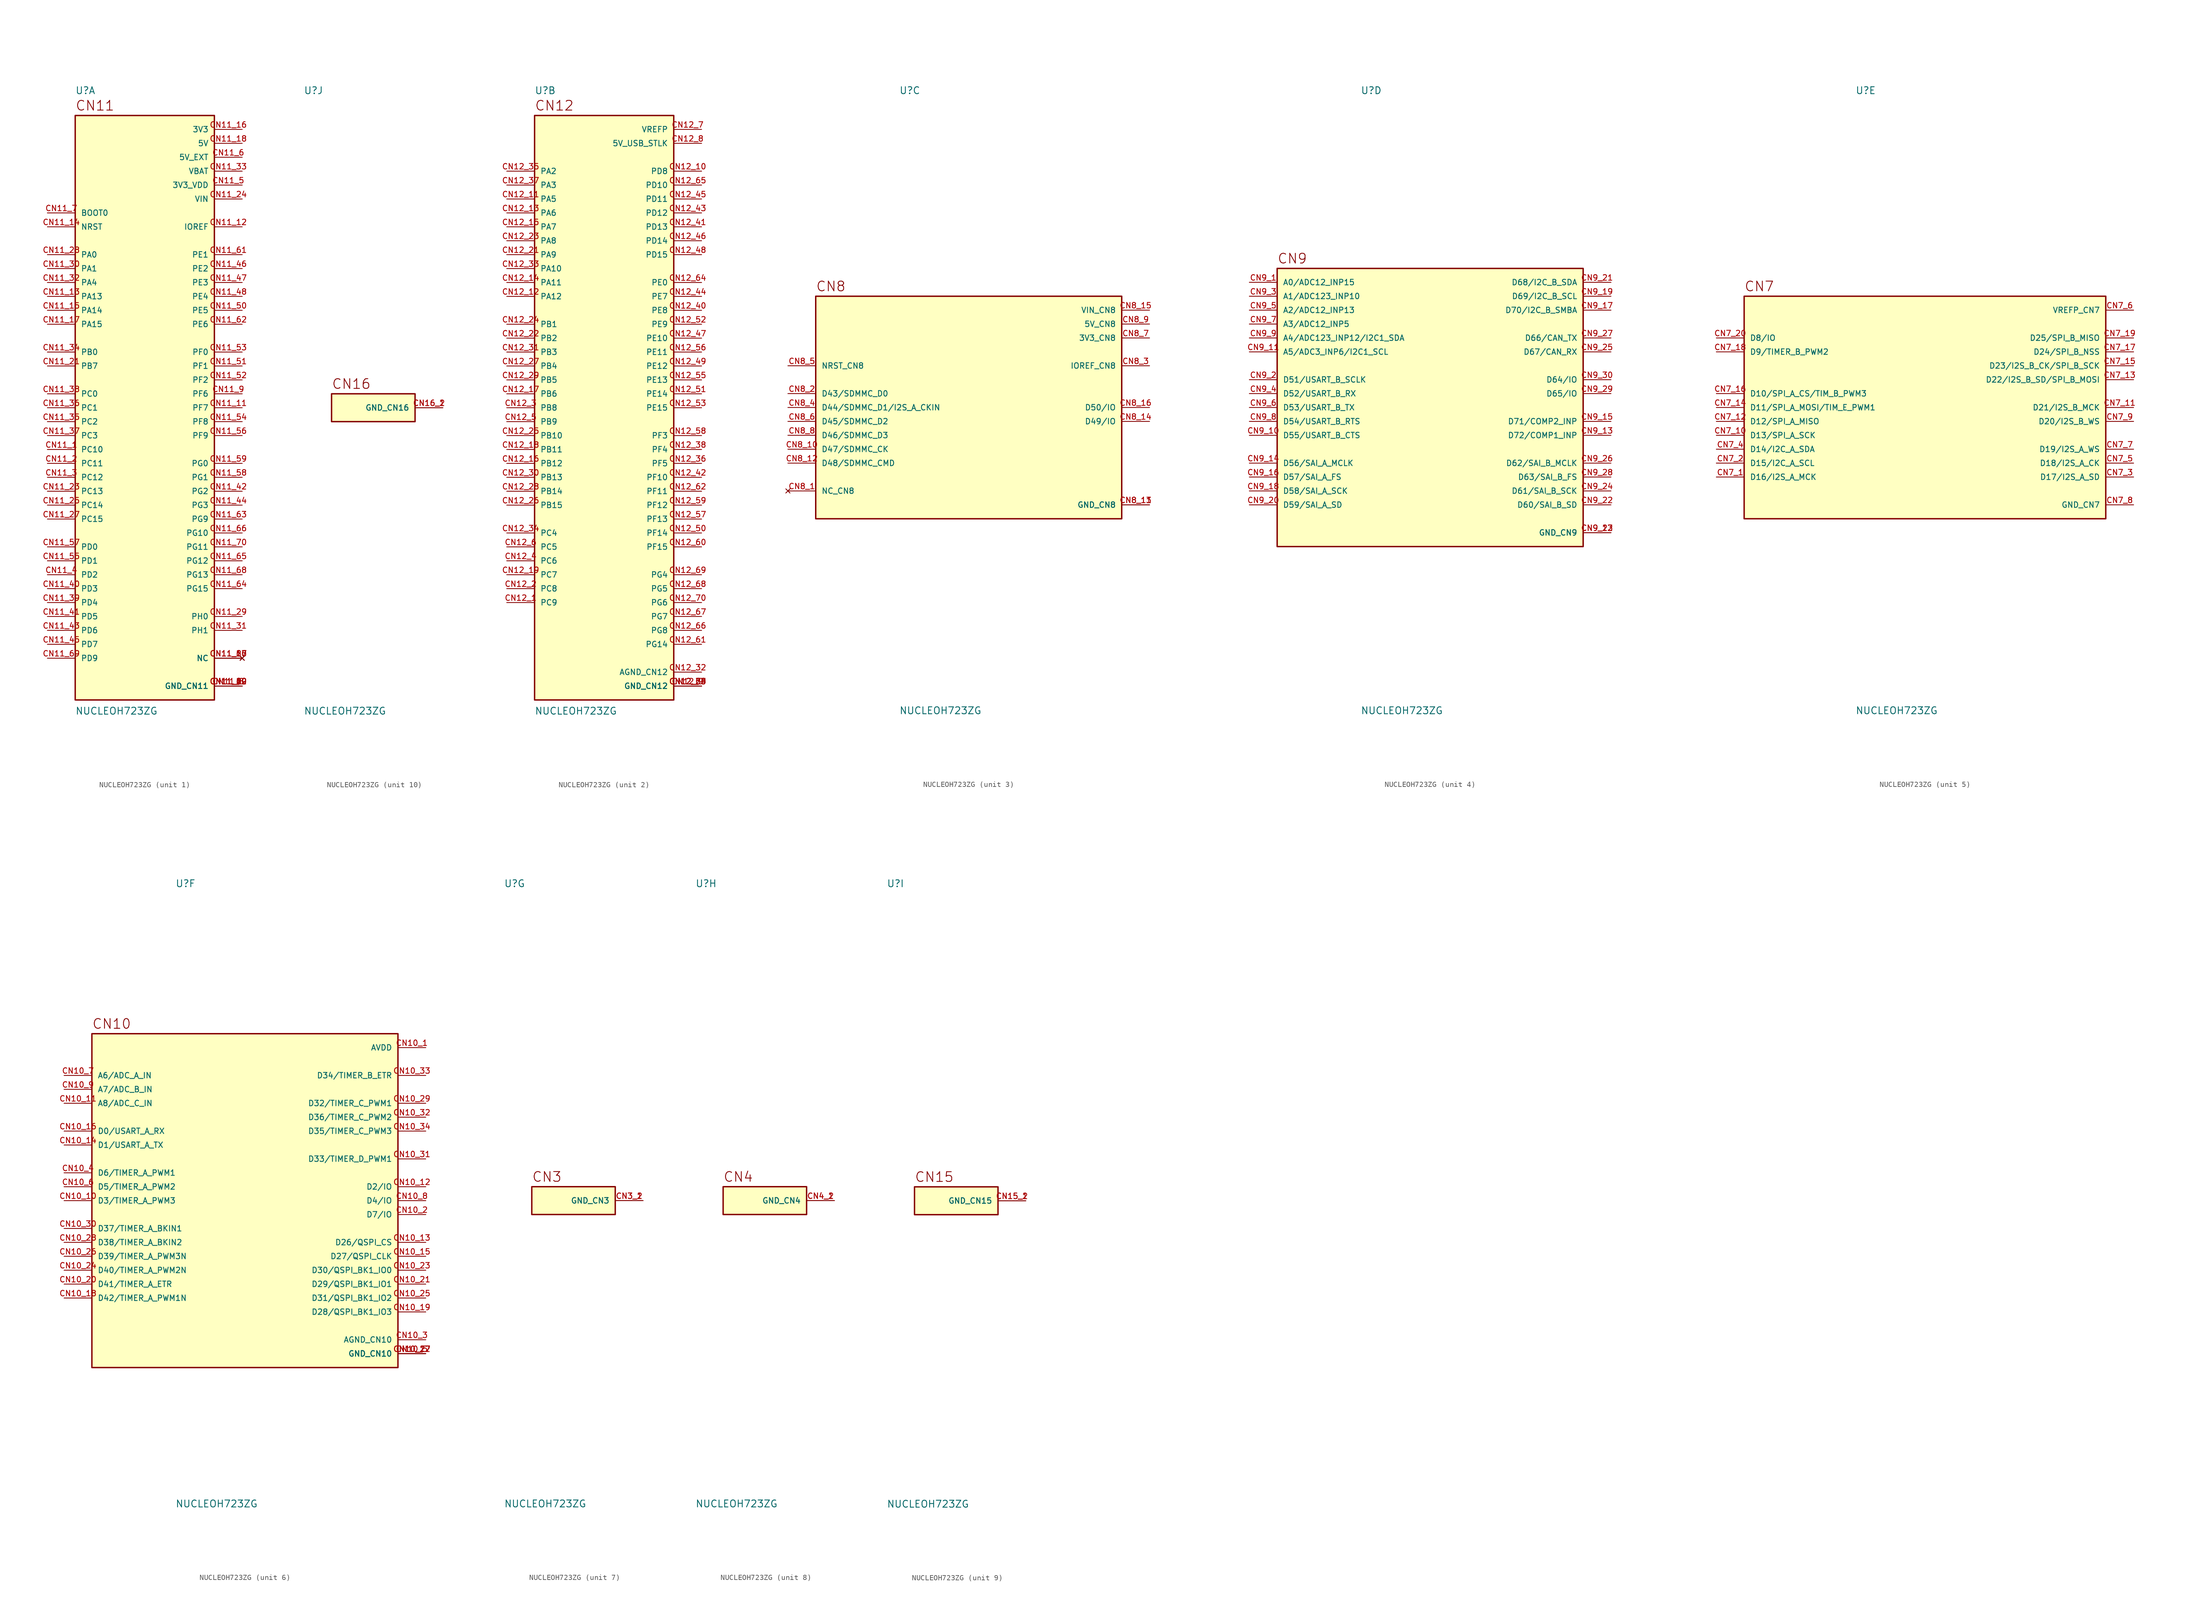
<source format=kicad_sym>
(kicad_symbol_lib
  (version 20211014)
  (generator kicad_symbol_editor)
  (symbol "NUCLEOH723ZG"
    (pin_names
      (offset 1.016))
    (property "Reference" "U"
      (at -12.7 57.15 0)
      (effects (font (size 1.27 1.27)) (justify bottom left)))
    (property "Value" "NUCLEOH723ZG"
      (at -12.7 -54.61 0.0)
      (effects (font (size 1.27 1.27)) (justify top left)))
    (symbol "NUCLEOH723ZG_1_0"
      (text "CN11" (at -12.7 54.102 0) (effects (font (size 1.778 1.778)) (justify bottom left)))
      (rectangle (start -12.7 -53.34) (end 12.7 53.34) (stroke (width 0.254)) (fill (type background)))
      (pin bidirectional line (at -17.78 -7.62 0) (length 5.08) (name "PC10" (effects (font (size 1.016 1.016)))) (number "CN11_1" (effects (font (size 1.016 1.016)))))
      (pin bidirectional line (at -17.78 -10.16 0) (length 5.08) (name "PC11" (effects (font (size 1.016 1.016)))) (number "CN11_2" (effects (font (size 1.016 1.016)))))
      (pin bidirectional line (at -17.78 -12.7 0) (length 5.08) (name "PC12" (effects (font (size 1.016 1.016)))) (number "CN11_3" (effects (font (size 1.016 1.016)))))
      (pin bidirectional line (at -17.78 -30.48 0) (length 5.08) (name "PD2" (effects (font (size 1.016 1.016)))) (number "CN11_4" (effects (font (size 1.016 1.016)))))
      (pin power_in line (at 17.78 40.64 180.0) (length 5.08) (name "3V3_VDD" (effects (font (size 1.016 1.016)))) (number "CN11_5" (effects (font (size 1.016 1.016)))))
      (pin power_in line (at 17.78 45.72 180.0) (length 5.08) (name "5V_EXT" (effects (font (size 1.016 1.016)))) (number "CN11_6" (effects (font (size 1.016 1.016)))))
      (pin input line (at -17.78 35.56 0) (length 5.08) (name "BOOT0" (effects (font (size 1.016 1.016)))) (number "CN11_7" (effects (font (size 1.016 1.016)))))
      (pin power_in line (at 17.78 -50.8 180.0) (length 5.08) (name "GND_CN11" (effects (font (size 1.016 1.016)))) (number "CN11_8" (effects (font (size 1.016 1.016)))))
      (pin power_in line (at 17.78 -50.8 180.0) (length 5.08) (name "GND_CN11" (effects (font (size 1.016 1.016)))) (number "CN11_19" (effects (font (size 1.016 1.016)))))
      (pin power_in line (at 17.78 -50.8 180.0) (length 5.08) (name "GND_CN11" (effects (font (size 1.016 1.016)))) (number "CN11_20" (effects (font (size 1.016 1.016)))))
      (pin power_in line (at 17.78 -50.8 180.0) (length 5.08) (name "GND_CN11" (effects (font (size 1.016 1.016)))) (number "CN11_22" (effects (font (size 1.016 1.016)))))
      (pin power_in line (at 17.78 -50.8 180.0) (length 5.08) (name "GND_CN11" (effects (font (size 1.016 1.016)))) (number "CN11_49" (effects (font (size 1.016 1.016)))))
      (pin power_in line (at 17.78 -50.8 180.0) (length 5.08) (name "GND_CN11" (effects (font (size 1.016 1.016)))) (number "CN11_60" (effects (font (size 1.016 1.016)))))
      (pin bidirectional line (at 17.78 2.54 180.0) (length 5.08) (name "PF6" (effects (font (size 1.016 1.016)))) (number "CN11_9" (effects (font (size 1.016 1.016)))))
      (pin bidirectional line (at 17.78 0.0 180.0) (length 5.08) (name "PF7" (effects (font (size 1.016 1.016)))) (number "CN11_11" (effects (font (size 1.016 1.016)))))
      (pin bidirectional line (at 17.78 33.02 180.0) (length 5.08) (name "IOREF" (effects (font (size 1.016 1.016)))) (number "CN11_12" (effects (font (size 1.016 1.016)))))
      (pin bidirectional line (at -17.78 20.32 0) (length 5.08) (name "PA13" (effects (font (size 1.016 1.016)))) (number "CN11_13" (effects (font (size 1.016 1.016)))))
      (pin input line (at -17.78 33.02 0) (length 5.08) (name "NRST" (effects (font (size 1.016 1.016)))) (number "CN11_14" (effects (font (size 1.016 1.016)))))
      (pin bidirectional line (at -17.78 17.78 0) (length 5.08) (name "PA14" (effects (font (size 1.016 1.016)))) (number "CN11_15" (effects (font (size 1.016 1.016)))))
      (pin power_in line (at 17.78 50.8 180.0) (length 5.08) (name "3V3" (effects (font (size 1.016 1.016)))) (number "CN11_16" (effects (font (size 1.016 1.016)))))
      (pin bidirectional line (at -17.78 15.24 0) (length 5.08) (name "PA15" (effects (font (size 1.016 1.016)))) (number "CN11_17" (effects (font (size 1.016 1.016)))))
      (pin power_in line (at 17.78 48.26 180.0) (length 5.08) (name "5V" (effects (font (size 1.016 1.016)))) (number "CN11_18" (effects (font (size 1.016 1.016)))))
      (pin bidirectional line (at -17.78 7.62 0) (length 5.08) (name "PB7" (effects (font (size 1.016 1.016)))) (number "CN11_21" (effects (font (size 1.016 1.016)))))
      (pin bidirectional line (at -17.78 -15.24 0) (length 5.08) (name "PC13" (effects (font (size 1.016 1.016)))) (number "CN11_23" (effects (font (size 1.016 1.016)))))
      (pin power_in line (at 17.78 38.1 180.0) (length 5.08) (name "VIN" (effects (font (size 1.016 1.016)))) (number "CN11_24" (effects (font (size 1.016 1.016)))))
      (pin bidirectional line (at -17.78 -17.78 0) (length 5.08) (name "PC14" (effects (font (size 1.016 1.016)))) (number "CN11_25" (effects (font (size 1.016 1.016)))))
      (pin bidirectional line (at -17.78 -20.32 0) (length 5.08) (name "PC15" (effects (font (size 1.016 1.016)))) (number "CN11_27" (effects (font (size 1.016 1.016)))))
      (pin bidirectional line (at -17.78 27.94 0) (length 5.08) (name "PA0" (effects (font (size 1.016 1.016)))) (number "CN11_28" (effects (font (size 1.016 1.016)))))
      (pin bidirectional line (at 17.78 -38.1 180.0) (length 5.08) (name "PH0" (effects (font (size 1.016 1.016)))) (number "CN11_29" (effects (font (size 1.016 1.016)))))
      (pin bidirectional line (at -17.78 25.4 0) (length 5.08) (name "PA1" (effects (font (size 1.016 1.016)))) (number "CN11_30" (effects (font (size 1.016 1.016)))))
      (pin bidirectional line (at 17.78 -40.64 180.0) (length 5.08) (name "PH1" (effects (font (size 1.016 1.016)))) (number "CN11_31" (effects (font (size 1.016 1.016)))))
      (pin bidirectional line (at -17.78 22.86 0) (length 5.08) (name "PA4" (effects (font (size 1.016 1.016)))) (number "CN11_32" (effects (font (size 1.016 1.016)))))
      (pin power_in line (at 17.78 43.18 180.0) (length 5.08) (name "VBAT" (effects (font (size 1.016 1.016)))) (number "CN11_33" (effects (font (size 1.016 1.016)))))
      (pin bidirectional line (at -17.78 10.16 0) (length 5.08) (name "PB0" (effects (font (size 1.016 1.016)))) (number "CN11_34" (effects (font (size 1.016 1.016)))))
      (pin bidirectional line (at -17.78 -2.54 0) (length 5.08) (name "PC2" (effects (font (size 1.016 1.016)))) (number "CN11_35" (effects (font (size 1.016 1.016)))))
      (pin bidirectional line (at -17.78 0.0 0) (length 5.08) (name "PC1" (effects (font (size 1.016 1.016)))) (number "CN11_36" (effects (font (size 1.016 1.016)))))
      (pin bidirectional line (at -17.78 -5.08 0) (length 5.08) (name "PC3" (effects (font (size 1.016 1.016)))) (number "CN11_37" (effects (font (size 1.016 1.016)))))
      (pin bidirectional line (at -17.78 2.54 0) (length 5.08) (name "PC0" (effects (font (size 1.016 1.016)))) (number "CN11_38" (effects (font (size 1.016 1.016)))))
      (pin bidirectional line (at -17.78 -35.56 0) (length 5.08) (name "PD4" (effects (font (size 1.016 1.016)))) (number "CN11_39" (effects (font (size 1.016 1.016)))))
      (pin bidirectional line (at -17.78 -33.02 0) (length 5.08) (name "PD3" (effects (font (size 1.016 1.016)))) (number "CN11_40" (effects (font (size 1.016 1.016)))))
      (pin bidirectional line (at -17.78 -38.1 0) (length 5.08) (name "PD5" (effects (font (size 1.016 1.016)))) (number "CN11_41" (effects (font (size 1.016 1.016)))))
      (pin bidirectional line (at 17.78 -15.24 180.0) (length 5.08) (name "PG2" (effects (font (size 1.016 1.016)))) (number "CN11_42" (effects (font (size 1.016 1.016)))))
      (pin bidirectional line (at -17.78 -40.64 0) (length 5.08) (name "PD6" (effects (font (size 1.016 1.016)))) (number "CN11_43" (effects (font (size 1.016 1.016)))))
      (pin bidirectional line (at 17.78 -17.78 180.0) (length 5.08) (name "PG3" (effects (font (size 1.016 1.016)))) (number "CN11_44" (effects (font (size 1.016 1.016)))))
      (pin bidirectional line (at -17.78 -43.18 0) (length 5.08) (name "PD7" (effects (font (size 1.016 1.016)))) (number "CN11_45" (effects (font (size 1.016 1.016)))))
      (pin bidirectional line (at 17.78 25.4 180.0) (length 5.08) (name "PE2" (effects (font (size 1.016 1.016)))) (number "CN11_46" (effects (font (size 1.016 1.016)))))
      (pin bidirectional line (at 17.78 22.86 180.0) (length 5.08) (name "PE3" (effects (font (size 1.016 1.016)))) (number "CN11_47" (effects (font (size 1.016 1.016)))))
      (pin bidirectional line (at 17.78 20.32 180.0) (length 5.08) (name "PE4" (effects (font (size 1.016 1.016)))) (number "CN11_48" (effects (font (size 1.016 1.016)))))
      (pin bidirectional line (at 17.78 17.78 180.0) (length 5.08) (name "PE5" (effects (font (size 1.016 1.016)))) (number "CN11_50" (effects (font (size 1.016 1.016)))))
      (pin bidirectional line (at 17.78 7.62 180.0) (length 5.08) (name "PF1" (effects (font (size 1.016 1.016)))) (number "CN11_51" (effects (font (size 1.016 1.016)))))
      (pin bidirectional line (at 17.78 5.08 180.0) (length 5.08) (name "PF2" (effects (font (size 1.016 1.016)))) (number "CN11_52" (effects (font (size 1.016 1.016)))))
      (pin bidirectional line (at 17.78 10.16 180.0) (length 5.08) (name "PF0" (effects (font (size 1.016 1.016)))) (number "CN11_53" (effects (font (size 1.016 1.016)))))
      (pin bidirectional line (at 17.78 -2.54 180.0) (length 5.08) (name "PF8" (effects (font (size 1.016 1.016)))) (number "CN11_54" (effects (font (size 1.016 1.016)))))
      (pin bidirectional line (at -17.78 -27.94 0) (length 5.08) (name "PD1" (effects (font (size 1.016 1.016)))) (number "CN11_55" (effects (font (size 1.016 1.016)))))
      (pin bidirectional line (at 17.78 -5.08 180.0) (length 5.08) (name "PF9" (effects (font (size 1.016 1.016)))) (number "CN11_56" (effects (font (size 1.016 1.016)))))
      (pin bidirectional line (at -17.78 -25.4 0) (length 5.08) (name "PD0" (effects (font (size 1.016 1.016)))) (number "CN11_57" (effects (font (size 1.016 1.016)))))
      (pin bidirectional line (at 17.78 -12.7 180.0) (length 5.08) (name "PG1" (effects (font (size 1.016 1.016)))) (number "CN11_58" (effects (font (size 1.016 1.016)))))
      (pin bidirectional line (at 17.78 -10.16 180.0) (length 5.08) (name "PG0" (effects (font (size 1.016 1.016)))) (number "CN11_59" (effects (font (size 1.016 1.016)))))
      (pin bidirectional line (at 17.78 27.94 180.0) (length 5.08) (name "PE1" (effects (font (size 1.016 1.016)))) (number "CN11_61" (effects (font (size 1.016 1.016)))))
      (pin bidirectional line (at 17.78 15.24 180.0) (length 5.08) (name "PE6" (effects (font (size 1.016 1.016)))) (number "CN11_62" (effects (font (size 1.016 1.016)))))
      (pin bidirectional line (at 17.78 -20.32 180.0) (length 5.08) (name "PG9" (effects (font (size 1.016 1.016)))) (number "CN11_63" (effects (font (size 1.016 1.016)))))
      (pin bidirectional line (at 17.78 -33.02 180.0) (length 5.08) (name "PG15" (effects (font (size 1.016 1.016)))) (number "CN11_64" (effects (font (size 1.016 1.016)))))
      (pin bidirectional line (at 17.78 -27.94 180.0) (length 5.08) (name "PG12" (effects (font (size 1.016 1.016)))) (number "CN11_65" (effects (font (size 1.016 1.016)))))
      (pin bidirectional line (at 17.78 -22.86 180.0) (length 5.08) (name "PG10" (effects (font (size 1.016 1.016)))) (number "CN11_66" (effects (font (size 1.016 1.016)))))
      (pin bidirectional line (at 17.78 -30.48 180.0) (length 5.08) (name "PG13" (effects (font (size 1.016 1.016)))) (number "CN11_68" (effects (font (size 1.016 1.016)))))
      (pin bidirectional line (at -17.78 -45.72 0) (length 5.08) (name "PD9" (effects (font (size 1.016 1.016)))) (number "CN11_69" (effects (font (size 1.016 1.016)))))
      (pin bidirectional line (at 17.78 -25.4 180.0) (length 5.08) (name "PG11" (effects (font (size 1.016 1.016)))) (number "CN11_70" (effects (font (size 1.016 1.016)))))
      (pin no_connect line (at 17.78 -45.72 180.0) (length 5.08) (name "NC" (effects (font (size 1.016 1.016)))) (number "CN11_10" (effects (font (size 1.016 1.016)))))
      (pin no_connect line (at 17.78 -45.72 180.0) (length 5.08) (name "NC" (effects (font (size 1.016 1.016)))) (number "CN11_26" (effects (font (size 1.016 1.016)))))
      (pin no_connect line (at 17.78 -45.72 180.0) (length 5.08) (name "NC" (effects (font (size 1.016 1.016)))) (number "CN11_67" (effects (font (size 1.016 1.016))))))
    (symbol "NUCLEOH723ZG_2_0"
      (text "CN12" (at -12.7 54.102 0) (effects (font (size 1.778 1.778)) (justify bottom left)))
      (rectangle (start -12.7 -53.34) (end 12.7 53.34) (stroke (width 0.254)) (fill (type background)))
      (pin bidirectional line (at -17.78 -35.56 0) (length 5.08) (name "PC9" (effects (font (size 1.016 1.016)))) (number "CN12_1" (effects (font (size 1.016 1.016)))))
      (pin bidirectional line (at -17.78 -33.02 0) (length 5.08) (name "PC8" (effects (font (size 1.016 1.016)))) (number "CN12_2" (effects (font (size 1.016 1.016)))))
      (pin bidirectional line (at -17.78 0.0 0) (length 5.08) (name "PB8" (effects (font (size 1.016 1.016)))) (number "CN12_3" (effects (font (size 1.016 1.016)))))
      (pin bidirectional line (at -17.78 -27.94 0) (length 5.08) (name "PC6" (effects (font (size 1.016 1.016)))) (number "CN12_4" (effects (font (size 1.016 1.016)))))
      (pin bidirectional line (at -17.78 -2.54 0) (length 5.08) (name "PB9" (effects (font (size 1.016 1.016)))) (number "CN12_5" (effects (font (size 1.016 1.016)))))
      (pin bidirectional line (at -17.78 -25.4 0) (length 5.08) (name "PC5" (effects (font (size 1.016 1.016)))) (number "CN12_6" (effects (font (size 1.016 1.016)))))
      (pin power_in line (at 17.78 50.8 180.0) (length 5.08) (name "VREFP" (effects (font (size 1.016 1.016)))) (number "CN12_7" (effects (font (size 1.016 1.016)))))
      (pin power_in line (at 17.78 48.26 180.0) (length 5.08) (name "5V_USB_STLK" (effects (font (size 1.016 1.016)))) (number "CN12_8" (effects (font (size 1.016 1.016)))))
      (pin power_in line (at 17.78 -50.8 180.0) (length 5.08) (name "GND_CN12" (effects (font (size 1.016 1.016)))) (number "CN12_9" (effects (font (size 1.016 1.016)))))
      (pin power_in line (at 17.78 -50.8 180.0) (length 5.08) (name "GND_CN12" (effects (font (size 1.016 1.016)))) (number "CN12_20" (effects (font (size 1.016 1.016)))))
      (pin power_in line (at 17.78 -50.8 180.0) (length 5.08) (name "GND_CN12" (effects (font (size 1.016 1.016)))) (number "CN12_39" (effects (font (size 1.016 1.016)))))
      (pin power_in line (at 17.78 -50.8 180.0) (length 5.08) (name "GND_CN12" (effects (font (size 1.016 1.016)))) (number "CN12_54" (effects (font (size 1.016 1.016)))))
      (pin power_in line (at 17.78 -50.8 180.0) (length 5.08) (name "GND_CN12" (effects (font (size 1.016 1.016)))) (number "CN12_63" (effects (font (size 1.016 1.016)))))
      (pin bidirectional line (at 17.78 43.18 180.0) (length 5.08) (name "PD8" (effects (font (size 1.016 1.016)))) (number "CN12_10" (effects (font (size 1.016 1.016)))))
      (pin bidirectional line (at -17.78 38.1 0) (length 5.08) (name "PA5" (effects (font (size 1.016 1.016)))) (number "CN12_11" (effects (font (size 1.016 1.016)))))
      (pin bidirectional line (at -17.78 20.32 0) (length 5.08) (name "PA12" (effects (font (size 1.016 1.016)))) (number "CN12_12" (effects (font (size 1.016 1.016)))))
      (pin bidirectional line (at -17.78 35.56 0) (length 5.08) (name "PA6" (effects (font (size 1.016 1.016)))) (number "CN12_13" (effects (font (size 1.016 1.016)))))
      (pin bidirectional line (at -17.78 22.86 0) (length 5.08) (name "PA11" (effects (font (size 1.016 1.016)))) (number "CN12_14" (effects (font (size 1.016 1.016)))))
      (pin bidirectional line (at -17.78 33.02 0) (length 5.08) (name "PA7" (effects (font (size 1.016 1.016)))) (number "CN12_15" (effects (font (size 1.016 1.016)))))
      (pin bidirectional line (at -17.78 -10.16 0) (length 5.08) (name "PB12" (effects (font (size 1.016 1.016)))) (number "CN12_16" (effects (font (size 1.016 1.016)))))
      (pin bidirectional line (at -17.78 2.54 0) (length 5.08) (name "PB6" (effects (font (size 1.016 1.016)))) (number "CN12_17" (effects (font (size 1.016 1.016)))))
      (pin bidirectional line (at -17.78 -7.62 0) (length 5.08) (name "PB11" (effects (font (size 1.016 1.016)))) (number "CN12_18" (effects (font (size 1.016 1.016)))))
      (pin bidirectional line (at -17.78 -30.48 0) (length 5.08) (name "PC7" (effects (font (size 1.016 1.016)))) (number "CN12_19" (effects (font (size 1.016 1.016)))))
      (pin bidirectional line (at -17.78 27.94 0) (length 5.08) (name "PA9" (effects (font (size 1.016 1.016)))) (number "CN12_21" (effects (font (size 1.016 1.016)))))
      (pin bidirectional line (at -17.78 12.7 0) (length 5.08) (name "PB2" (effects (font (size 1.016 1.016)))) (number "CN12_22" (effects (font (size 1.016 1.016)))))
      (pin bidirectional line (at -17.78 30.48 0) (length 5.08) (name "PA8" (effects (font (size 1.016 1.016)))) (number "CN12_23" (effects (font (size 1.016 1.016)))))
      (pin bidirectional line (at -17.78 15.24 0) (length 5.08) (name "PB1" (effects (font (size 1.016 1.016)))) (number "CN12_24" (effects (font (size 1.016 1.016)))))
      (pin bidirectional line (at -17.78 -5.08 0) (length 5.08) (name "PB10" (effects (font (size 1.016 1.016)))) (number "CN12_25" (effects (font (size 1.016 1.016)))))
      (pin bidirectional line (at -17.78 -17.78 0) (length 5.08) (name "PB15" (effects (font (size 1.016 1.016)))) (number "CN12_26" (effects (font (size 1.016 1.016)))))
      (pin bidirectional line (at -17.78 7.62 0) (length 5.08) (name "PB4" (effects (font (size 1.016 1.016)))) (number "CN12_27" (effects (font (size 1.016 1.016)))))
      (pin bidirectional line (at -17.78 -15.24 0) (length 5.08) (name "PB14" (effects (font (size 1.016 1.016)))) (number "CN12_28" (effects (font (size 1.016 1.016)))))
      (pin bidirectional line (at -17.78 5.08 0) (length 5.08) (name "PB5" (effects (font (size 1.016 1.016)))) (number "CN12_29" (effects (font (size 1.016 1.016)))))
      (pin bidirectional line (at -17.78 -12.7 0) (length 5.08) (name "PB13" (effects (font (size 1.016 1.016)))) (number "CN12_30" (effects (font (size 1.016 1.016)))))
      (pin bidirectional line (at -17.78 10.16 0) (length 5.08) (name "PB3" (effects (font (size 1.016 1.016)))) (number "CN12_31" (effects (font (size 1.016 1.016)))))
      (pin power_in line (at 17.78 -48.26 180.0) (length 5.08) (name "AGND_CN12" (effects (font (size 1.016 1.016)))) (number "CN12_32" (effects (font (size 1.016 1.016)))))
      (pin bidirectional line (at -17.78 25.4 0) (length 5.08) (name "PA10" (effects (font (size 1.016 1.016)))) (number "CN12_33" (effects (font (size 1.016 1.016)))))
      (pin bidirectional line (at -17.78 -22.86 0) (length 5.08) (name "PC4" (effects (font (size 1.016 1.016)))) (number "CN12_34" (effects (font (size 1.016 1.016)))))
      (pin bidirectional line (at -17.78 43.18 0) (length 5.08) (name "PA2" (effects (font (size 1.016 1.016)))) (number "CN12_35" (effects (font (size 1.016 1.016)))))
      (pin bidirectional line (at 17.78 -10.16 180.0) (length 5.08) (name "PF5" (effects (font (size 1.016 1.016)))) (number "CN12_36" (effects (font (size 1.016 1.016)))))
      (pin bidirectional line (at -17.78 40.64 0) (length 5.08) (name "PA3" (effects (font (size 1.016 1.016)))) (number "CN12_37" (effects (font (size 1.016 1.016)))))
      (pin bidirectional line (at 17.78 -7.62 180.0) (length 5.08) (name "PF4" (effects (font (size 1.016 1.016)))) (number "CN12_38" (effects (font (size 1.016 1.016)))))
      (pin bidirectional line (at 17.78 17.78 180.0) (length 5.08) (name "PE8" (effects (font (size 1.016 1.016)))) (number "CN12_40" (effects (font (size 1.016 1.016)))))
      (pin bidirectional line (at 17.78 33.02 180.0) (length 5.08) (name "PD13" (effects (font (size 1.016 1.016)))) (number "CN12_41" (effects (font (size 1.016 1.016)))))
      (pin bidirectional line (at 17.78 -12.7 180.0) (length 5.08) (name "PF10" (effects (font (size 1.016 1.016)))) (number "CN12_42" (effects (font (size 1.016 1.016)))))
      (pin bidirectional line (at 17.78 35.56 180.0) (length 5.08) (name "PD12" (effects (font (size 1.016 1.016)))) (number "CN12_43" (effects (font (size 1.016 1.016)))))
      (pin bidirectional line (at 17.78 20.32 180.0) (length 5.08) (name "PE7" (effects (font (size 1.016 1.016)))) (number "CN12_44" (effects (font (size 1.016 1.016)))))
      (pin bidirectional line (at 17.78 38.1 180.0) (length 5.08) (name "PD11" (effects (font (size 1.016 1.016)))) (number "CN12_45" (effects (font (size 1.016 1.016)))))
      (pin bidirectional line (at 17.78 30.48 180.0) (length 5.08) (name "PD14" (effects (font (size 1.016 1.016)))) (number "CN12_46" (effects (font (size 1.016 1.016)))))
      (pin bidirectional line (at 17.78 12.7 180.0) (length 5.08) (name "PE10" (effects (font (size 1.016 1.016)))) (number "CN12_47" (effects (font (size 1.016 1.016)))))
      (pin bidirectional line (at 17.78 27.94 180.0) (length 5.08) (name "PD15" (effects (font (size 1.016 1.016)))) (number "CN12_48" (effects (font (size 1.016 1.016)))))
      (pin bidirectional line (at 17.78 7.62 180.0) (length 5.08) (name "PE12" (effects (font (size 1.016 1.016)))) (number "CN12_49" (effects (font (size 1.016 1.016)))))
      (pin bidirectional line (at 17.78 -22.86 180.0) (length 5.08) (name "PF14" (effects (font (size 1.016 1.016)))) (number "CN12_50" (effects (font (size 1.016 1.016)))))
      (pin bidirectional line (at 17.78 2.54 180.0) (length 5.08) (name "PE14" (effects (font (size 1.016 1.016)))) (number "CN12_51" (effects (font (size 1.016 1.016)))))
      (pin bidirectional line (at 17.78 15.24 180.0) (length 5.08) (name "PE9" (effects (font (size 1.016 1.016)))) (number "CN12_52" (effects (font (size 1.016 1.016)))))
      (pin bidirectional line (at 17.78 0.0 180.0) (length 5.08) (name "PE15" (effects (font (size 1.016 1.016)))) (number "CN12_53" (effects (font (size 1.016 1.016)))))
      (pin bidirectional line (at 17.78 5.08 180.0) (length 5.08) (name "PE13" (effects (font (size 1.016 1.016)))) (number "CN12_55" (effects (font (size 1.016 1.016)))))
      (pin bidirectional line (at 17.78 10.16 180.0) (length 5.08) (name "PE11" (effects (font (size 1.016 1.016)))) (number "CN12_56" (effects (font (size 1.016 1.016)))))
      (pin bidirectional line (at 17.78 -20.32 180.0) (length 5.08) (name "PF13" (effects (font (size 1.016 1.016)))) (number "CN12_57" (effects (font (size 1.016 1.016)))))
      (pin bidirectional line (at 17.78 -5.08 180.0) (length 5.08) (name "PF3" (effects (font (size 1.016 1.016)))) (number "CN12_58" (effects (font (size 1.016 1.016)))))
      (pin bidirectional line (at 17.78 -17.78 180.0) (length 5.08) (name "PF12" (effects (font (size 1.016 1.016)))) (number "CN12_59" (effects (font (size 1.016 1.016)))))
      (pin bidirectional line (at 17.78 -25.4 180.0) (length 5.08) (name "PF15" (effects (font (size 1.016 1.016)))) (number "CN12_60" (effects (font (size 1.016 1.016)))))
      (pin bidirectional line (at 17.78 -43.18 180.0) (length 5.08) (name "PG14" (effects (font (size 1.016 1.016)))) (number "CN12_61" (effects (font (size 1.016 1.016)))))
      (pin bidirectional line (at 17.78 -15.24 180.0) (length 5.08) (name "PF11" (effects (font (size 1.016 1.016)))) (number "CN12_62" (effects (font (size 1.016 1.016)))))
      (pin bidirectional line (at 17.78 22.86 180.0) (length 5.08) (name "PE0" (effects (font (size 1.016 1.016)))) (number "CN12_64" (effects (font (size 1.016 1.016)))))
      (pin bidirectional line (at 17.78 40.64 180.0) (length 5.08) (name "PD10" (effects (font (size 1.016 1.016)))) (number "CN12_65" (effects (font (size 1.016 1.016)))))
      (pin bidirectional line (at 17.78 -40.64 180.0) (length 5.08) (name "PG8" (effects (font (size 1.016 1.016)))) (number "CN12_66" (effects (font (size 1.016 1.016)))))
      (pin bidirectional line (at 17.78 -38.1 180.0) (length 5.08) (name "PG7" (effects (font (size 1.016 1.016)))) (number "CN12_67" (effects (font (size 1.016 1.016)))))
      (pin bidirectional line (at 17.78 -33.02 180.0) (length 5.08) (name "PG5" (effects (font (size 1.016 1.016)))) (number "CN12_68" (effects (font (size 1.016 1.016)))))
      (pin bidirectional line (at 17.78 -30.48 180.0) (length 5.08) (name "PG4" (effects (font (size 1.016 1.016)))) (number "CN12_69" (effects (font (size 1.016 1.016)))))
      (pin bidirectional line (at 17.78 -35.56 180.0) (length 5.08) (name "PG6" (effects (font (size 1.016 1.016)))) (number "CN12_70" (effects (font (size 1.016 1.016))))))
    (symbol "NUCLEOH723ZG_3_0"
      (text "CN8" (at -27.94 21.082 0) (effects (font (size 1.778 1.778)) (justify bottom left)))
      (rectangle (start -27.94 -20.32) (end 27.94 20.32) (stroke (width 0.254)) (fill (type background)))
      (pin bidirectional line (at -33.02 2.54 0) (length 5.08) (name "D43/SDMMC_D0" (effects (font (size 1.016 1.016)))) (number "CN8_2" (effects (font (size 1.016 1.016)))))
      (pin bidirectional line (at 33.02 7.62 180.0) (length 5.08) (name "IOREF_CN8" (effects (font (size 1.016 1.016)))) (number "CN8_3" (effects (font (size 1.016 1.016)))))
      (pin bidirectional line (at -33.02 0.0 0) (length 5.08) (name "D44/SDMMC_D1/I2S_A_CKIN" (effects (font (size 1.016 1.016)))) (number "CN8_4" (effects (font (size 1.016 1.016)))))
      (pin input line (at -33.02 7.62 0) (length 5.08) (name "NRST_CN8" (effects (font (size 1.016 1.016)))) (number "CN8_5" (effects (font (size 1.016 1.016)))))
      (pin bidirectional line (at -33.02 -2.54 0) (length 5.08) (name "D45/SDMMC_D2" (effects (font (size 1.016 1.016)))) (number "CN8_6" (effects (font (size 1.016 1.016)))))
      (pin power_in line (at 33.02 12.7 180.0) (length 5.08) (name "3V3_CN8" (effects (font (size 1.016 1.016)))) (number "CN8_7" (effects (font (size 1.016 1.016)))))
      (pin bidirectional line (at -33.02 -5.08 0) (length 5.08) (name "D46/SDMMC_D3" (effects (font (size 1.016 1.016)))) (number "CN8_8" (effects (font (size 1.016 1.016)))))
      (pin power_in line (at 33.02 15.24 180.0) (length 5.08) (name "5V_CN8" (effects (font (size 1.016 1.016)))) (number "CN8_9" (effects (font (size 1.016 1.016)))))
      (pin bidirectional line (at -33.02 -7.62 0) (length 5.08) (name "D47/SDMMC_CK" (effects (font (size 1.016 1.016)))) (number "CN8_10" (effects (font (size 1.016 1.016)))))
      (pin power_in line (at 33.02 -17.78 180.0) (length 5.08) (name "GND_CN8" (effects (font (size 1.016 1.016)))) (number "CN8_11" (effects (font (size 1.016 1.016)))))
      (pin power_in line (at 33.02 -17.78 180.0) (length 5.08) (name "GND_CN8" (effects (font (size 1.016 1.016)))) (number "CN8_13" (effects (font (size 1.016 1.016)))))
      (pin bidirectional line (at -33.02 -10.16 0) (length 5.08) (name "D48/SDMMC_CMD" (effects (font (size 1.016 1.016)))) (number "CN8_12" (effects (font (size 1.016 1.016)))))
      (pin bidirectional line (at 33.02 -2.54 180.0) (length 5.08) (name "D49/IO" (effects (font (size 1.016 1.016)))) (number "CN8_14" (effects (font (size 1.016 1.016)))))
      (pin power_in line (at 33.02 17.78 180.0) (length 5.08) (name "VIN_CN8" (effects (font (size 1.016 1.016)))) (number "CN8_15" (effects (font (size 1.016 1.016)))))
      (pin bidirectional line (at 33.02 0.0 180.0) (length 5.08) (name "D50/IO" (effects (font (size 1.016 1.016)))) (number "CN8_16" (effects (font (size 1.016 1.016)))))
      (pin no_connect line (at -33.02 -15.24 0) (length 5.08) (name "NC_CN8" (effects (font (size 1.016 1.016)))) (number "CN8_1" (effects (font (size 1.016 1.016))))))
    (symbol "NUCLEOH723ZG_4_0"
      (text "CN9" (at -27.94 26.162 0) (effects (font (size 1.778 1.778)) (justify bottom left)))
      (rectangle (start -27.94 -25.4) (end 27.94 25.4) (stroke (width 0.254)) (fill (type background)))
      (pin input line (at -33.02 22.86 0) (length 5.08) (name "A0/ADC12_INP15" (effects (font (size 1.016 1.016)))) (number "CN9_1" (effects (font (size 1.016 1.016)))))
      (pin bidirectional line (at -33.02 5.08 0) (length 5.08) (name "D51/USART_B_SCLK" (effects (font (size 1.016 1.016)))) (number "CN9_2" (effects (font (size 1.016 1.016)))))
      (pin input line (at -33.02 20.32 0) (length 5.08) (name "A1/ADC123_INP10" (effects (font (size 1.016 1.016)))) (number "CN9_3" (effects (font (size 1.016 1.016)))))
      (pin bidirectional line (at -33.02 2.54 0) (length 5.08) (name "D52/USART_B_RX" (effects (font (size 1.016 1.016)))) (number "CN9_4" (effects (font (size 1.016 1.016)))))
      (pin input line (at -33.02 17.78 0) (length 5.08) (name "A2/ADC12_INP13" (effects (font (size 1.016 1.016)))) (number "CN9_5" (effects (font (size 1.016 1.016)))))
      (pin bidirectional line (at -33.02 0.0 0) (length 5.08) (name "D53/USART_B_TX" (effects (font (size 1.016 1.016)))) (number "CN9_6" (effects (font (size 1.016 1.016)))))
      (pin input line (at -33.02 15.24 0) (length 5.08) (name "A3/ADC12_INP5" (effects (font (size 1.016 1.016)))) (number "CN9_7" (effects (font (size 1.016 1.016)))))
      (pin bidirectional line (at -33.02 -2.54 0) (length 5.08) (name "D54/USART_B_RTS" (effects (font (size 1.016 1.016)))) (number "CN9_8" (effects (font (size 1.016 1.016)))))
      (pin input line (at -33.02 12.7 0) (length 5.08) (name "A4/ADC123_INP12/I2C1_SDA" (effects (font (size 1.016 1.016)))) (number "CN9_9" (effects (font (size 1.016 1.016)))))
      (pin bidirectional line (at -33.02 -5.08 0) (length 5.08) (name "D55/USART_B_CTS" (effects (font (size 1.016 1.016)))) (number "CN9_10" (effects (font (size 1.016 1.016)))))
      (pin input line (at -33.02 10.16 0) (length 5.08) (name "A5/ADC3_INP6/I2C1_SCL" (effects (font (size 1.016 1.016)))) (number "CN9_11" (effects (font (size 1.016 1.016)))))
      (pin power_in line (at 33.02 -22.86 180.0) (length 5.08) (name "GND_CN9" (effects (font (size 1.016 1.016)))) (number "CN9_12" (effects (font (size 1.016 1.016)))))
      (pin power_in line (at 33.02 -22.86 180.0) (length 5.08) (name "GND_CN9" (effects (font (size 1.016 1.016)))) (number "CN9_23" (effects (font (size 1.016 1.016)))))
      (pin bidirectional line (at 33.02 -5.08 180.0) (length 5.08) (name "D72/COMP1_INP" (effects (font (size 1.016 1.016)))) (number "CN9_13" (effects (font (size 1.016 1.016)))))
      (pin bidirectional line (at -33.02 -10.16 0) (length 5.08) (name "D56/SAI_A_MCLK" (effects (font (size 1.016 1.016)))) (number "CN9_14" (effects (font (size 1.016 1.016)))))
      (pin bidirectional line (at 33.02 -2.54 180.0) (length 5.08) (name "D71/COMP2_INP" (effects (font (size 1.016 1.016)))) (number "CN9_15" (effects (font (size 1.016 1.016)))))
      (pin bidirectional line (at -33.02 -12.7 0) (length 5.08) (name "D57/SAI_A_FS" (effects (font (size 1.016 1.016)))) (number "CN9_16" (effects (font (size 1.016 1.016)))))
      (pin bidirectional line (at 33.02 17.78 180.0) (length 5.08) (name "D70/I2C_B_SMBA" (effects (font (size 1.016 1.016)))) (number "CN9_17" (effects (font (size 1.016 1.016)))))
      (pin bidirectional line (at -33.02 -15.24 0) (length 5.08) (name "D58/SAI_A_SCK" (effects (font (size 1.016 1.016)))) (number "CN9_18" (effects (font (size 1.016 1.016)))))
      (pin bidirectional line (at 33.02 20.32 180.0) (length 5.08) (name "D69/I2C_B_SCL" (effects (font (size 1.016 1.016)))) (number "CN9_19" (effects (font (size 1.016 1.016)))))
      (pin bidirectional line (at -33.02 -17.78 0) (length 5.08) (name "D59/SAI_A_SD" (effects (font (size 1.016 1.016)))) (number "CN9_20" (effects (font (size 1.016 1.016)))))
      (pin bidirectional line (at 33.02 22.86 180.0) (length 5.08) (name "D68/I2C_B_SDA" (effects (font (size 1.016 1.016)))) (number "CN9_21" (effects (font (size 1.016 1.016)))))
      (pin bidirectional line (at 33.02 -17.78 180.0) (length 5.08) (name "D60/SAI_B_SD" (effects (font (size 1.016 1.016)))) (number "CN9_22" (effects (font (size 1.016 1.016)))))
      (pin bidirectional line (at 33.02 -15.24 180.0) (length 5.08) (name "D61/SAI_B_SCK" (effects (font (size 1.016 1.016)))) (number "CN9_24" (effects (font (size 1.016 1.016)))))
      (pin input line (at 33.02 10.16 180.0) (length 5.08) (name "D67/CAN_RX" (effects (font (size 1.016 1.016)))) (number "CN9_25" (effects (font (size 1.016 1.016)))))
      (pin bidirectional line (at 33.02 -10.16 180.0) (length 5.08) (name "D62/SAI_B_MCLK" (effects (font (size 1.016 1.016)))) (number "CN9_26" (effects (font (size 1.016 1.016)))))
      (pin output line (at 33.02 12.7 180.0) (length 5.08) (name "D66/CAN_TX" (effects (font (size 1.016 1.016)))) (number "CN9_27" (effects (font (size 1.016 1.016)))))
      (pin bidirectional line (at 33.02 -12.7 180.0) (length 5.08) (name "D63/SAI_B_FS" (effects (font (size 1.016 1.016)))) (number "CN9_28" (effects (font (size 1.016 1.016)))))
      (pin bidirectional line (at 33.02 2.54 180.0) (length 5.08) (name "D65/IO" (effects (font (size 1.016 1.016)))) (number "CN9_29" (effects (font (size 1.016 1.016)))))
      (pin bidirectional line (at 33.02 5.08 180.0) (length 5.08) (name "D64/IO" (effects (font (size 1.016 1.016)))) (number "CN9_30" (effects (font (size 1.016 1.016))))))
    (symbol "NUCLEOH723ZG_5_0"
      (text "CN7" (at -33.02 21.082 0) (effects (font (size 1.778 1.778)) (justify bottom left)))
      (rectangle (start -33.02 -20.32) (end 33.02 20.32) (stroke (width 0.254)) (fill (type background)))
      (pin bidirectional line (at -38.1 -12.7 0) (length 5.08) (name "D16/I2S_A_MCK" (effects (font (size 1.016 1.016)))) (number "CN7_1" (effects (font (size 1.016 1.016)))))
      (pin bidirectional line (at -38.1 -10.16 0) (length 5.08) (name "D15/I2C_A_SCL" (effects (font (size 1.016 1.016)))) (number "CN7_2" (effects (font (size 1.016 1.016)))))
      (pin bidirectional line (at 38.1 -12.7 180.0) (length 5.08) (name "D17/I2S_A_SD" (effects (font (size 1.016 1.016)))) (number "CN7_3" (effects (font (size 1.016 1.016)))))
      (pin bidirectional line (at -38.1 -7.62 0) (length 5.08) (name "D14/I2C_A_SDA" (effects (font (size 1.016 1.016)))) (number "CN7_4" (effects (font (size 1.016 1.016)))))
      (pin bidirectional line (at 38.1 -10.16 180.0) (length 5.08) (name "D18/I2S_A_CK" (effects (font (size 1.016 1.016)))) (number "CN7_5" (effects (font (size 1.016 1.016)))))
      (pin power_in line (at 38.1 17.78 180.0) (length 5.08) (name "VREFP_CN7" (effects (font (size 1.016 1.016)))) (number "CN7_6" (effects (font (size 1.016 1.016)))))
      (pin bidirectional line (at 38.1 -7.62 180.0) (length 5.08) (name "D19/I2S_A_WS" (effects (font (size 1.016 1.016)))) (number "CN7_7" (effects (font (size 1.016 1.016)))))
      (pin power_in line (at 38.1 -17.78 180.0) (length 5.08) (name "GND_CN7" (effects (font (size 1.016 1.016)))) (number "CN7_8" (effects (font (size 1.016 1.016)))))
      (pin bidirectional line (at 38.1 -2.54 180.0) (length 5.08) (name "D20/I2S_B_WS" (effects (font (size 1.016 1.016)))) (number "CN7_9" (effects (font (size 1.016 1.016)))))
      (pin bidirectional line (at -38.1 -5.08 0) (length 5.08) (name "D13/SPI_A_SCK" (effects (font (size 1.016 1.016)))) (number "CN7_10" (effects (font (size 1.016 1.016)))))
      (pin bidirectional line (at 38.1 0.0 180.0) (length 5.08) (name "D21/I2S_B_MCK" (effects (font (size 1.016 1.016)))) (number "CN7_11" (effects (font (size 1.016 1.016)))))
      (pin bidirectional line (at -38.1 -2.54 0) (length 5.08) (name "D12/SPI_A_MISO" (effects (font (size 1.016 1.016)))) (number "CN7_12" (effects (font (size 1.016 1.016)))))
      (pin bidirectional line (at 38.1 5.08 180.0) (length 5.08) (name "D22/I2S_B_SD/SPI_B_MOSI" (effects (font (size 1.016 1.016)))) (number "CN7_13" (effects (font (size 1.016 1.016)))))
      (pin bidirectional line (at -38.1 0.0 0) (length 5.08) (name "D11/SPI_A_MOSI/TIM_E_PWM1" (effects (font (size 1.016 1.016)))) (number "CN7_14" (effects (font (size 1.016 1.016)))))
      (pin bidirectional line (at 38.1 7.62 180.0) (length 5.08) (name "D23/I2S_B_CK/SPI_B_SCK" (effects (font (size 1.016 1.016)))) (number "CN7_15" (effects (font (size 1.016 1.016)))))
      (pin bidirectional line (at -38.1 2.54 0) (length 5.08) (name "D10/SPI_A_CS/TIM_B_PWM3" (effects (font (size 1.016 1.016)))) (number "CN7_16" (effects (font (size 1.016 1.016)))))
      (pin bidirectional line (at 38.1 10.16 180.0) (length 5.08) (name "D24/SPI_B_NSS" (effects (font (size 1.016 1.016)))) (number "CN7_17" (effects (font (size 1.016 1.016)))))
      (pin bidirectional line (at -38.1 10.16 0) (length 5.08) (name "D9/TIMER_B_PWM2" (effects (font (size 1.016 1.016)))) (number "CN7_18" (effects (font (size 1.016 1.016)))))
      (pin bidirectional line (at 38.1 12.7 180.0) (length 5.08) (name "D25/SPI_B_MISO" (effects (font (size 1.016 1.016)))) (number "CN7_19" (effects (font (size 1.016 1.016)))))
      (pin bidirectional line (at -38.1 12.7 0) (length 5.08) (name "D8/IO" (effects (font (size 1.016 1.016)))) (number "CN7_20" (effects (font (size 1.016 1.016))))))
    (symbol "NUCLEOH723ZG_6_0"
      (text "CN10" (at -27.94 31.242 0) (effects (font (size 1.778 1.778)) (justify bottom left)))
      (rectangle (start -27.94 -30.48) (end 27.94 30.48) (stroke (width 0.254)) (fill (type background)))
      (pin power_in line (at 33.02 27.94 180.0) (length 5.08) (name "AVDD" (effects (font (size 1.016 1.016)))) (number "CN10_1" (effects (font (size 1.016 1.016)))))
      (pin bidirectional line (at 33.02 -2.54 180.0) (length 5.08) (name "D7/IO" (effects (font (size 1.016 1.016)))) (number "CN10_2" (effects (font (size 1.016 1.016)))))
      (pin power_in line (at 33.02 -25.4 180.0) (length 5.08) (name "AGND_CN10" (effects (font (size 1.016 1.016)))) (number "CN10_3" (effects (font (size 1.016 1.016)))))
      (pin bidirectional line (at -33.02 5.08 0) (length 5.08) (name "D6/TIMER_A_PWM1" (effects (font (size 1.016 1.016)))) (number "CN10_4" (effects (font (size 1.016 1.016)))))
      (pin power_in line (at 33.02 -27.94 180.0) (length 5.08) (name "GND_CN10" (effects (font (size 1.016 1.016)))) (number "CN10_5" (effects (font (size 1.016 1.016)))))
      (pin power_in line (at 33.02 -27.94 180.0) (length 5.08) (name "GND_CN10" (effects (font (size 1.016 1.016)))) (number "CN10_17" (effects (font (size 1.016 1.016)))))
      (pin power_in line (at 33.02 -27.94 180.0) (length 5.08) (name "GND_CN10" (effects (font (size 1.016 1.016)))) (number "CN10_22" (effects (font (size 1.016 1.016)))))
      (pin power_in line (at 33.02 -27.94 180.0) (length 5.08) (name "GND_CN10" (effects (font (size 1.016 1.016)))) (number "CN10_27" (effects (font (size 1.016 1.016)))))
      (pin bidirectional line (at -33.02 2.54 0) (length 5.08) (name "D5/TIMER_A_PWM2" (effects (font (size 1.016 1.016)))) (number "CN10_6" (effects (font (size 1.016 1.016)))))
      (pin input line (at -33.02 22.86 0) (length 5.08) (name "A6/ADC_A_IN" (effects (font (size 1.016 1.016)))) (number "CN10_7" (effects (font (size 1.016 1.016)))))
      (pin bidirectional line (at 33.02 0.0 180.0) (length 5.08) (name "D4/IO" (effects (font (size 1.016 1.016)))) (number "CN10_8" (effects (font (size 1.016 1.016)))))
      (pin input line (at -33.02 20.32 0) (length 5.08) (name "A7/ADC_B_IN" (effects (font (size 1.016 1.016)))) (number "CN10_9" (effects (font (size 1.016 1.016)))))
      (pin bidirectional line (at -33.02 0.0 0) (length 5.08) (name "D3/TIMER_A_PWM3" (effects (font (size 1.016 1.016)))) (number "CN10_10" (effects (font (size 1.016 1.016)))))
      (pin input line (at -33.02 17.78 0) (length 5.08) (name "A8/ADC_C_IN" (effects (font (size 1.016 1.016)))) (number "CN10_11" (effects (font (size 1.016 1.016)))))
      (pin bidirectional line (at 33.02 2.54 180.0) (length 5.08) (name "D2/IO" (effects (font (size 1.016 1.016)))) (number "CN10_12" (effects (font (size 1.016 1.016)))))
      (pin bidirectional line (at 33.02 -7.62 180.0) (length 5.08) (name "D26/QSPI_CS" (effects (font (size 1.016 1.016)))) (number "CN10_13" (effects (font (size 1.016 1.016)))))
      (pin output line (at -33.02 10.16 0) (length 5.08) (name "D1/USART_A_TX" (effects (font (size 1.016 1.016)))) (number "CN10_14" (effects (font (size 1.016 1.016)))))
      (pin bidirectional line (at 33.02 -10.16 180.0) (length 5.08) (name "D27/QSPI_CLK" (effects (font (size 1.016 1.016)))) (number "CN10_15" (effects (font (size 1.016 1.016)))))
      (pin input line (at -33.02 12.7 0) (length 5.08) (name "D0/USART_A_RX" (effects (font (size 1.016 1.016)))) (number "CN10_16" (effects (font (size 1.016 1.016)))))
      (pin bidirectional line (at -33.02 -17.78 0) (length 5.08) (name "D42/TIMER_A_PWM1N" (effects (font (size 1.016 1.016)))) (number "CN10_18" (effects (font (size 1.016 1.016)))))
      (pin bidirectional line (at 33.02 -20.32 180.0) (length 5.08) (name "D28/QSPI_BK1_IO3" (effects (font (size 1.016 1.016)))) (number "CN10_19" (effects (font (size 1.016 1.016)))))
      (pin bidirectional line (at -33.02 -15.24 0) (length 5.08) (name "D41/TIMER_A_ETR" (effects (font (size 1.016 1.016)))) (number "CN10_20" (effects (font (size 1.016 1.016)))))
      (pin bidirectional line (at 33.02 -15.24 180.0) (length 5.08) (name "D29/QSPI_BK1_IO1" (effects (font (size 1.016 1.016)))) (number "CN10_21" (effects (font (size 1.016 1.016)))))
      (pin bidirectional line (at 33.02 -12.7 180.0) (length 5.08) (name "D30/QSPI_BK1_IO0" (effects (font (size 1.016 1.016)))) (number "CN10_23" (effects (font (size 1.016 1.016)))))
      (pin bidirectional line (at -33.02 -12.7 0) (length 5.08) (name "D40/TIMER_A_PWM2N" (effects (font (size 1.016 1.016)))) (number "CN10_24" (effects (font (size 1.016 1.016)))))
      (pin bidirectional line (at 33.02 -17.78 180.0) (length 5.08) (name "D31/QSPI_BK1_IO2" (effects (font (size 1.016 1.016)))) (number "CN10_25" (effects (font (size 1.016 1.016)))))
      (pin bidirectional line (at -33.02 -10.16 0) (length 5.08) (name "D39/TIMER_A_PWM3N" (effects (font (size 1.016 1.016)))) (number "CN10_26" (effects (font (size 1.016 1.016)))))
      (pin bidirectional line (at -33.02 -7.62 0) (length 5.08) (name "D38/TIMER_A_BKIN2" (effects (font (size 1.016 1.016)))) (number "CN10_28" (effects (font (size 1.016 1.016)))))
      (pin bidirectional line (at 33.02 17.78 180.0) (length 5.08) (name "D32/TIMER_C_PWM1" (effects (font (size 1.016 1.016)))) (number "CN10_29" (effects (font (size 1.016 1.016)))))
      (pin bidirectional line (at -33.02 -5.08 0) (length 5.08) (name "D37/TIMER_A_BKIN1" (effects (font (size 1.016 1.016)))) (number "CN10_30" (effects (font (size 1.016 1.016)))))
      (pin bidirectional line (at 33.02 7.62 180.0) (length 5.08) (name "D33/TIMER_D_PWM1" (effects (font (size 1.016 1.016)))) (number "CN10_31" (effects (font (size 1.016 1.016)))))
      (pin bidirectional line (at 33.02 15.24 180.0) (length 5.08) (name "D36/TIMER_C_PWM2" (effects (font (size 1.016 1.016)))) (number "CN10_32" (effects (font (size 1.016 1.016)))))
      (pin bidirectional line (at 33.02 22.86 180.0) (length 5.08) (name "D34/TIMER_B_ETR" (effects (font (size 1.016 1.016)))) (number "CN10_33" (effects (font (size 1.016 1.016)))))
      (pin bidirectional line (at 33.02 12.7 180.0) (length 5.08) (name "D35/TIMER_C_PWM3" (effects (font (size 1.016 1.016)))) (number "CN10_34" (effects (font (size 1.016 1.016))))))
    (symbol "NUCLEOH723ZG_7_0"
      (text "CN3" (at -7.62 3.302 0) (effects (font (size 1.778 1.778)) (justify bottom left)))
      (rectangle (start -7.62 -2.54) (end 7.62 2.54) (stroke (width 0.254)) (fill (type background)))
      (pin power_in line (at 12.7 0.0 180.0) (length 5.08) (name "GND_CN3" (effects (font (size 1.016 1.016)))) (number "CN3_1" (effects (font (size 1.016 1.016)))))
      (pin power_in line (at 12.7 0.0 180.0) (length 5.08) (name "GND_CN3" (effects (font (size 1.016 1.016)))) (number "CN3_2" (effects (font (size 1.016 1.016))))))
    (symbol "NUCLEOH723ZG_8_0"
      (text "CN4" (at -7.62 3.302 0) (effects (font (size 1.778 1.778)) (justify bottom left)))
      (rectangle (start -7.62 -2.54) (end 7.62 2.54) (stroke (width 0.254)) (fill (type background)))
      (pin power_in line (at 12.7 0.0 180.0) (length 5.08) (name "GND_CN4" (effects (font (size 1.016 1.016)))) (number "CN4_1" (effects (font (size 1.016 1.016)))))
      (pin power_in line (at 12.7 0.0 180.0) (length 5.08) (name "GND_CN4" (effects (font (size 1.016 1.016)))) (number "CN4_2" (effects (font (size 1.016 1.016))))))
    (symbol "NUCLEOH723ZG_9_0"
      (text "CN15" (at -7.62 3.302 0) (effects (font (size 1.778 1.778)) (justify bottom left)))
      (rectangle (start -7.62 -2.54) (end 7.62 2.54) (stroke (width 0.254)) (fill (type background)))
      (pin power_in line (at 12.7 0.0 180.0) (length 5.08) (name "GND_CN15" (effects (font (size 1.016 1.016)))) (number "CN15_1" (effects (font (size 1.016 1.016)))))
      (pin power_in line (at 12.7 0.0 180.0) (length 5.08) (name "GND_CN15" (effects (font (size 1.016 1.016)))) (number "CN15_2" (effects (font (size 1.016 1.016))))))
    (symbol "NUCLEOH723ZG_10_0"
      (text "CN16" (at -7.62 3.302 0) (effects (font (size 1.778 1.778)) (justify bottom left)))
      (rectangle (start -7.62 -2.54) (end 7.62 2.54) (stroke (width 0.254)) (fill (type background)))
      (pin power_in line (at 12.7 0.0 180.0) (length 5.08) (name "GND_CN16" (effects (font (size 1.016 1.016)))) (number "CN16_1" (effects (font (size 1.016 1.016)))))
      (pin power_in line (at 12.7 0.0 180.0) (length 5.08) (name "GND_CN16" (effects (font (size 1.016 1.016)))) (number "CN16_2" (effects (font (size 1.016 1.016))))))))
</source>
